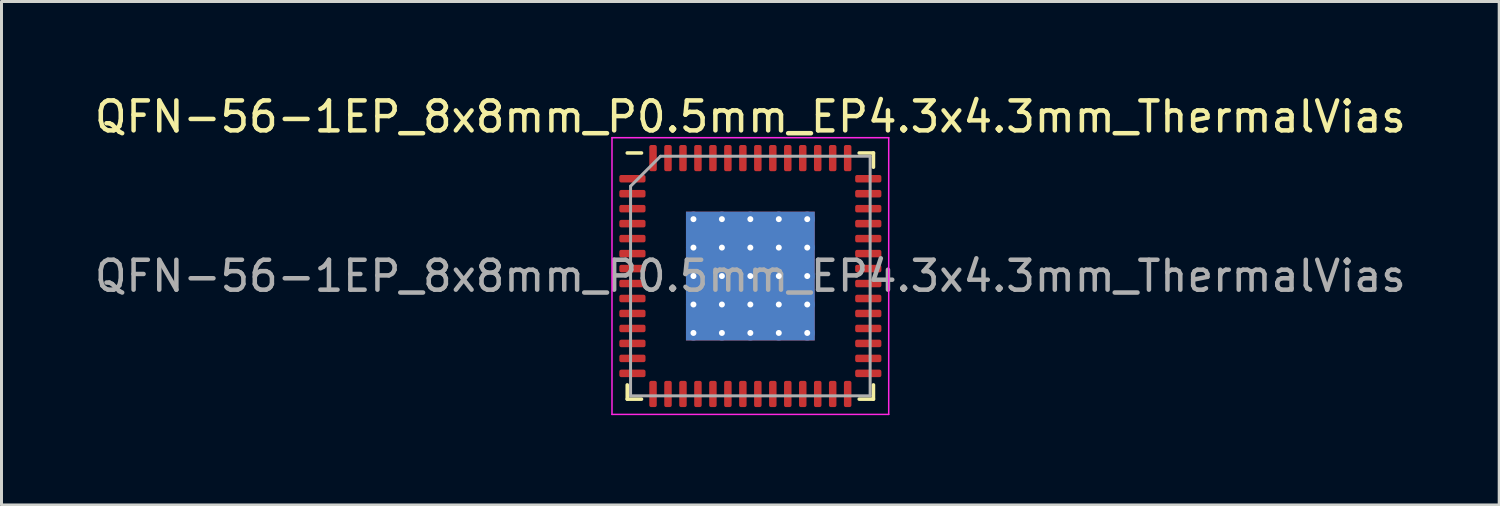
<source format=kicad_pcb>
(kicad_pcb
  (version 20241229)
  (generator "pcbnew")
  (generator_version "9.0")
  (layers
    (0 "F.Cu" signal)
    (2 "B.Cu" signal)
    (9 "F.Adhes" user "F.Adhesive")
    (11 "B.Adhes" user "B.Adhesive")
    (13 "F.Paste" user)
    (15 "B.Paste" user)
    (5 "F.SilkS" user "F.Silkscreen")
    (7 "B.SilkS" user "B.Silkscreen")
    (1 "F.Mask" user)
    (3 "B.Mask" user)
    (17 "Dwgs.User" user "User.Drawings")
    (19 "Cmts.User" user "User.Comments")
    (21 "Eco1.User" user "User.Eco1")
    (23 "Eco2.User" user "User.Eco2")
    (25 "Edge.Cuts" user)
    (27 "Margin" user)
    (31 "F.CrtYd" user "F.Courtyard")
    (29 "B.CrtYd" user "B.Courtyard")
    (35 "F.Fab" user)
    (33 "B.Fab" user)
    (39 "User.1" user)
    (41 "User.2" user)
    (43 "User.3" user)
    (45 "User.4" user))
  (footprint "QFN-56-1EP_8x8mm_P0.5mm_EP4.3x4.3mm_ThermalVias"
    (layer "F.Cu")
    (at 22.006 6.168)
    (property "Reference" "QFN-56-1EP_8x8mm_P0.5mm_EP4.3x4.3mm_ThermalVias" (at 0 -5.32 0) (layer "F.SilkS") (effects (font (size 1 1) (thickness 0.15))))
    (attr smd)
    (fp_line (start -4.11 4.11) (end -4.11 3.635) (stroke (width 0.12) (type solid)) (layer "F.SilkS"))
    (fp_line (start -3.635 -4.11) (end -4.11 -4.11) (stroke (width 0.12) (type solid)) (layer "F.SilkS"))
    (fp_line (start -3.635 4.11) (end -4.11 4.11) (stroke (width 0.12) (type solid)) (layer "F.SilkS"))
    (fp_line (start 3.635 -4.11) (end 4.11 -4.11) (stroke (width 0.12) (type solid)) (layer "F.SilkS"))
    (fp_line (start 3.635 4.11) (end 4.11 4.11) (stroke (width 0.12) (type solid)) (layer "F.SilkS"))
    (fp_line (start 4.11 -4.11) (end 4.11 -3.635) (stroke (width 0.12) (type solid)) (layer "F.SilkS"))
    (fp_line (start 4.11 4.11) (end 4.11 3.635) (stroke (width 0.12) (type solid)) (layer "F.SilkS"))
    (fp_line (start -4.62 -4.62) (end -4.62 4.62) (stroke (width 0.05) (type solid)) (layer "F.CrtYd"))
    (fp_line (start -4.62 4.62) (end 4.62 4.62) (stroke (width 0.05) (type solid)) (layer "F.CrtYd"))
    (fp_line (start 4.62 -4.62) (end -4.62 -4.62) (stroke (width 0.05) (type solid)) (layer "F.CrtYd"))
    (fp_line (start 4.62 4.62) (end 4.62 -4.62) (stroke (width 0.05) (type solid)) (layer "F.CrtYd"))
    (fp_line (start -4 -3) (end -3 -4) (stroke (width 0.1) (type solid)) (layer "F.Fab"))
    (fp_line (start -4 4) (end -4 -3) (stroke (width 0.1) (type solid)) (layer "F.Fab"))
    (fp_line (start -3 -4) (end 4 -4) (stroke (width 0.1) (type solid)) (layer "F.Fab"))
    (fp_line (start 4 -4) (end 4 4) (stroke (width 0.1) (type solid)) (layer "F.Fab"))
    (fp_line (start 4 4) (end -4 4) (stroke (width 0.1) (type solid)) (layer "F.Fab"))
    (fp_text user "${REFERENCE}" (at 0 0 0) (layer "F.Fab") (effects (font (size 1 1) (thickness 0.15))))
    (pad "" smd custom (at -1.425 -1.425) (size 0.716 0.716) (layers "F.Paste") (options (anchor circle)) (primitives (gr_poly (pts (xy -0.299 -0.202) (xy -0.202 -0.299) (xy 0.202 -0.299) (xy 0.299 -0.202) (xy 0.299 0.202) (xy 0.202 0.299) (xy -0.202 0.299) (xy -0.299 0.202)) (width 0.234) (fill yes))))
    (pad "" smd custom (at -1.425 -0.475) (size 0.716 0.716) (layers "F.Paste") (options (anchor circle)) (primitives (gr_poly (pts (xy -0.299 -0.202) (xy -0.202 -0.299) (xy 0.202 -0.299) (xy 0.299 -0.202) (xy 0.299 0.202) (xy 0.202 0.299) (xy -0.202 0.299) (xy -0.299 0.202)) (width 0.234) (fill yes))))
    (pad "" smd custom (at -1.425 0.475) (size 0.716 0.716) (layers "F.Paste") (options (anchor circle)) (primitives (gr_poly (pts (xy -0.299 -0.202) (xy -0.202 -0.299) (xy 0.202 -0.299) (xy 0.299 -0.202) (xy 0.299 0.202) (xy 0.202 0.299) (xy -0.202 0.299) (xy -0.299 0.202)) (width 0.234) (fill yes))))
    (pad "" smd custom (at -1.425 1.425) (size 0.716 0.716) (layers "F.Paste") (options (anchor circle)) (primitives (gr_poly (pts (xy -0.299 -0.202) (xy -0.202 -0.299) (xy 0.202 -0.299) (xy 0.299 -0.202) (xy 0.299 0.202) (xy 0.202 0.299) (xy -0.202 0.299) (xy -0.299 0.202)) (width 0.234) (fill yes))))
    (pad "" smd custom (at -0.475 -1.425) (size 0.716 0.716) (layers "F.Paste") (options (anchor circle)) (primitives (gr_poly (pts (xy -0.299 -0.202) (xy -0.202 -0.299) (xy 0.202 -0.299) (xy 0.299 -0.202) (xy 0.299 0.202) (xy 0.202 0.299) (xy -0.202 0.299) (xy -0.299 0.202)) (width 0.234) (fill yes))))
    (pad "" smd custom (at -0.475 -0.475) (size 0.716 0.716) (layers "F.Paste") (options (anchor circle)) (primitives (gr_poly (pts (xy -0.299 -0.202) (xy -0.202 -0.299) (xy 0.202 -0.299) (xy 0.299 -0.202) (xy 0.299 0.202) (xy 0.202 0.299) (xy -0.202 0.299) (xy -0.299 0.202)) (width 0.234) (fill yes))))
    (pad "" smd custom (at -0.475 0.475) (size 0.716 0.716) (layers "F.Paste") (options (anchor circle)) (primitives (gr_poly (pts (xy -0.299 -0.202) (xy -0.202 -0.299) (xy 0.202 -0.299) (xy 0.299 -0.202) (xy 0.299 0.202) (xy 0.202 0.299) (xy -0.202 0.299) (xy -0.299 0.202)) (width 0.234) (fill yes))))
    (pad "" smd custom (at -0.475 1.425) (size 0.716 0.716) (layers "F.Paste") (options (anchor circle)) (primitives (gr_poly (pts (xy -0.299 -0.202) (xy -0.202 -0.299) (xy 0.202 -0.299) (xy 0.299 -0.202) (xy 0.299 0.202) (xy 0.202 0.299) (xy -0.202 0.299) (xy -0.299 0.202)) (width 0.234) (fill yes))))
    (pad "" smd custom (at 0.475 -1.425) (size 0.716 0.716) (layers "F.Paste") (options (anchor circle)) (primitives (gr_poly (pts (xy -0.299 -0.202) (xy -0.202 -0.299) (xy 0.202 -0.299) (xy 0.299 -0.202) (xy 0.299 0.202) (xy 0.202 0.299) (xy -0.202 0.299) (xy -0.299 0.202)) (width 0.234) (fill yes))))
    (pad "" smd custom (at 0.475 -0.475) (size 0.716 0.716) (layers "F.Paste") (options (anchor circle)) (primitives (gr_poly (pts (xy -0.299 -0.202) (xy -0.202 -0.299) (xy 0.202 -0.299) (xy 0.299 -0.202) (xy 0.299 0.202) (xy 0.202 0.299) (xy -0.202 0.299) (xy -0.299 0.202)) (width 0.234) (fill yes))))
    (pad "" smd custom (at 0.475 0.475) (size 0.716 0.716) (layers "F.Paste") (options (anchor circle)) (primitives (gr_poly (pts (xy -0.299 -0.202) (xy -0.202 -0.299) (xy 0.202 -0.299) (xy 0.299 -0.202) (xy 0.299 0.202) (xy 0.202 0.299) (xy -0.202 0.299) (xy -0.299 0.202)) (width 0.234) (fill yes))))
    (pad "" smd custom (at 0.475 1.425) (size 0.716 0.716) (layers "F.Paste") (options (anchor circle)) (primitives (gr_poly (pts (xy -0.299 -0.202) (xy -0.202 -0.299) (xy 0.202 -0.299) (xy 0.299 -0.202) (xy 0.299 0.202) (xy 0.202 0.299) (xy -0.202 0.299) (xy -0.299 0.202)) (width 0.234) (fill yes))))
    (pad "" smd custom (at 1.425 -1.425) (size 0.716 0.716) (layers "F.Paste") (options (anchor circle)) (primitives (gr_poly (pts (xy -0.299 -0.202) (xy -0.202 -0.299) (xy 0.202 -0.299) (xy 0.299 -0.202) (xy 0.299 0.202) (xy 0.202 0.299) (xy -0.202 0.299) (xy -0.299 0.202)) (width 0.234) (fill yes))))
    (pad "" smd custom (at 1.425 -0.475) (size 0.716 0.716) (layers "F.Paste") (options (anchor circle)) (primitives (gr_poly (pts (xy -0.299 -0.202) (xy -0.202 -0.299) (xy 0.202 -0.299) (xy 0.299 -0.202) (xy 0.299 0.202) (xy 0.202 0.299) (xy -0.202 0.299) (xy -0.299 0.202)) (width 0.234) (fill yes))))
    (pad "" smd custom (at 1.425 0.475) (size 0.716 0.716) (layers "F.Paste") (options (anchor circle)) (primitives (gr_poly (pts (xy -0.299 -0.202) (xy -0.202 -0.299) (xy 0.202 -0.299) (xy 0.299 -0.202) (xy 0.299 0.202) (xy 0.202 0.299) (xy -0.202 0.299) (xy -0.299 0.202)) (width 0.234) (fill yes))))
    (pad "" smd custom (at 1.425 1.425) (size 0.716 0.716) (layers "F.Paste") (options (anchor circle)) (primitives (gr_poly (pts (xy -0.299 -0.202) (xy -0.202 -0.299) (xy 0.202 -0.299) (xy 0.299 -0.202) (xy 0.299 0.202) (xy 0.202 0.299) (xy -0.202 0.299) (xy -0.299 0.202)) (width 0.234) (fill yes))))
    (pad "1" smd roundrect (at -3.938 -3.25) (size 0.875 0.25) (layers "F.Cu" "F.Mask" "F.Paste") (roundrect_rratio 0.25))
    (pad "2" smd roundrect (at -3.938 -2.75) (size 0.875 0.25) (layers "F.Cu" "F.Mask" "F.Paste") (roundrect_rratio 0.25))
    (pad "3" smd roundrect (at -3.938 -2.25) (size 0.875 0.25) (layers "F.Cu" "F.Mask" "F.Paste") (roundrect_rratio 0.25))
    (pad "4" smd roundrect (at -3.938 -1.75) (size 0.875 0.25) (layers "F.Cu" "F.Mask" "F.Paste") (roundrect_rratio 0.25))
    (pad "5" smd roundrect (at -3.938 -1.25) (size 0.875 0.25) (layers "F.Cu" "F.Mask" "F.Paste") (roundrect_rratio 0.25))
    (pad "6" smd roundrect (at -3.938 -0.75) (size 0.875 0.25) (layers "F.Cu" "F.Mask" "F.Paste") (roundrect_rratio 0.25))
    (pad "7" smd roundrect (at -3.938 -0.25) (size 0.875 0.25) (layers "F.Cu" "F.Mask" "F.Paste") (roundrect_rratio 0.25))
    (pad "8" smd roundrect (at -3.938 0.25) (size 0.875 0.25) (layers "F.Cu" "F.Mask" "F.Paste") (roundrect_rratio 0.25))
    (pad "9" smd roundrect (at -3.938 0.75) (size 0.875 0.25) (layers "F.Cu" "F.Mask" "F.Paste") (roundrect_rratio 0.25))
    (pad "10" smd roundrect (at -3.938 1.25) (size 0.875 0.25) (layers "F.Cu" "F.Mask" "F.Paste") (roundrect_rratio 0.25))
    (pad "11" smd roundrect (at -3.938 1.75) (size 0.875 0.25) (layers "F.Cu" "F.Mask" "F.Paste") (roundrect_rratio 0.25))
    (pad "12" smd roundrect (at -3.938 2.25) (size 0.875 0.25) (layers "F.Cu" "F.Mask" "F.Paste") (roundrect_rratio 0.25))
    (pad "13" smd roundrect (at -3.938 2.75) (size 0.875 0.25) (layers "F.Cu" "F.Mask" "F.Paste") (roundrect_rratio 0.25))
    (pad "14" smd roundrect (at -3.938 3.25) (size 0.875 0.25) (layers "F.Cu" "F.Mask" "F.Paste") (roundrect_rratio 0.25))
    (pad "15" smd roundrect (at -3.25 3.938) (size 0.25 0.875) (layers "F.Cu" "F.Mask" "F.Paste") (roundrect_rratio 0.25))
    (pad "16" smd roundrect (at -2.75 3.938) (size 0.25 0.875) (layers "F.Cu" "F.Mask" "F.Paste") (roundrect_rratio 0.25))
    (pad "17" smd roundrect (at -2.25 3.938) (size 0.25 0.875) (layers "F.Cu" "F.Mask" "F.Paste") (roundrect_rratio 0.25))
    (pad "18" smd roundrect (at -1.75 3.938) (size 0.25 0.875) (layers "F.Cu" "F.Mask" "F.Paste") (roundrect_rratio 0.25))
    (pad "19" smd roundrect (at -1.25 3.938) (size 0.25 0.875) (layers "F.Cu" "F.Mask" "F.Paste") (roundrect_rratio 0.25))
    (pad "20" smd roundrect (at -0.75 3.938) (size 0.25 0.875) (layers "F.Cu" "F.Mask" "F.Paste") (roundrect_rratio 0.25))
    (pad "21" smd roundrect (at -0.25 3.938) (size 0.25 0.875) (layers "F.Cu" "F.Mask" "F.Paste") (roundrect_rratio 0.25))
    (pad "22" smd roundrect (at 0.25 3.938) (size 0.25 0.875) (layers "F.Cu" "F.Mask" "F.Paste") (roundrect_rratio 0.25))
    (pad "23" smd roundrect (at 0.75 3.938) (size 0.25 0.875) (layers "F.Cu" "F.Mask" "F.Paste") (roundrect_rratio 0.25))
    (pad "24" smd roundrect (at 1.25 3.938) (size 0.25 0.875) (layers "F.Cu" "F.Mask" "F.Paste") (roundrect_rratio 0.25))
    (pad "25" smd roundrect (at 1.75 3.938) (size 0.25 0.875) (layers "F.Cu" "F.Mask" "F.Paste") (roundrect_rratio 0.25))
    (pad "26" smd roundrect (at 2.25 3.938) (size 0.25 0.875) (layers "F.Cu" "F.Mask" "F.Paste") (roundrect_rratio 0.25))
    (pad "27" smd roundrect (at 2.75 3.938) (size 0.25 0.875) (layers "F.Cu" "F.Mask" "F.Paste") (roundrect_rratio 0.25))
    (pad "28" smd roundrect (at 3.25 3.938) (size 0.25 0.875) (layers "F.Cu" "F.Mask" "F.Paste") (roundrect_rratio 0.25))
    (pad "29" smd roundrect (at 3.938 3.25) (size 0.875 0.25) (layers "F.Cu" "F.Mask" "F.Paste") (roundrect_rratio 0.25))
    (pad "30" smd roundrect (at 3.938 2.75) (size 0.875 0.25) (layers "F.Cu" "F.Mask" "F.Paste") (roundrect_rratio 0.25))
    (pad "31" smd roundrect (at 3.938 2.25) (size 0.875 0.25) (layers "F.Cu" "F.Mask" "F.Paste") (roundrect_rratio 0.25))
    (pad "32" smd roundrect (at 3.938 1.75) (size 0.875 0.25) (layers "F.Cu" "F.Mask" "F.Paste") (roundrect_rratio 0.25))
    (pad "33" smd roundrect (at 3.938 1.25) (size 0.875 0.25) (layers "F.Cu" "F.Mask" "F.Paste") (roundrect_rratio 0.25))
    (pad "34" smd roundrect (at 3.938 0.75) (size 0.875 0.25) (layers "F.Cu" "F.Mask" "F.Paste") (roundrect_rratio 0.25))
    (pad "35" smd roundrect (at 3.938 0.25) (size 0.875 0.25) (layers "F.Cu" "F.Mask" "F.Paste") (roundrect_rratio 0.25))
    (pad "36" smd roundrect (at 3.938 -0.25) (size 0.875 0.25) (layers "F.Cu" "F.Mask" "F.Paste") (roundrect_rratio 0.25))
    (pad "37" smd roundrect (at 3.938 -0.75) (size 0.875 0.25) (layers "F.Cu" "F.Mask" "F.Paste") (roundrect_rratio 0.25))
    (pad "38" smd roundrect (at 3.938 -1.25) (size 0.875 0.25) (layers "F.Cu" "F.Mask" "F.Paste") (roundrect_rratio 0.25))
    (pad "39" smd roundrect (at 3.938 -1.75) (size 0.875 0.25) (layers "F.Cu" "F.Mask" "F.Paste") (roundrect_rratio 0.25))
    (pad "40" smd roundrect (at 3.938 -2.25) (size 0.875 0.25) (layers "F.Cu" "F.Mask" "F.Paste") (roundrect_rratio 0.25))
    (pad "41" smd roundrect (at 3.938 -2.75) (size 0.875 0.25) (layers "F.Cu" "F.Mask" "F.Paste") (roundrect_rratio 0.25))
    (pad "42" smd roundrect (at 3.938 -3.25) (size 0.875 0.25) (layers "F.Cu" "F.Mask" "F.Paste") (roundrect_rratio 0.25))
    (pad "43" smd roundrect (at 3.25 -3.938) (size 0.25 0.875) (layers "F.Cu" "F.Mask" "F.Paste") (roundrect_rratio 0.25))
    (pad "44" smd roundrect (at 2.75 -3.938) (size 0.25 0.875) (layers "F.Cu" "F.Mask" "F.Paste") (roundrect_rratio 0.25))
    (pad "45" smd roundrect (at 2.25 -3.938) (size 0.25 0.875) (layers "F.Cu" "F.Mask" "F.Paste") (roundrect_rratio 0.25))
    (pad "46" smd roundrect (at 1.75 -3.938) (size 0.25 0.875) (layers "F.Cu" "F.Mask" "F.Paste") (roundrect_rratio 0.25))
    (pad "47" smd roundrect (at 1.25 -3.938) (size 0.25 0.875) (layers "F.Cu" "F.Mask" "F.Paste") (roundrect_rratio 0.25))
    (pad "48" smd roundrect (at 0.75 -3.938) (size 0.25 0.875) (layers "F.Cu" "F.Mask" "F.Paste") (roundrect_rratio 0.25))
    (pad "49" smd roundrect (at 0.25 -3.938) (size 0.25 0.875) (layers "F.Cu" "F.Mask" "F.Paste") (roundrect_rratio 0.25))
    (pad "50" smd roundrect (at -0.25 -3.938) (size 0.25 0.875) (layers "F.Cu" "F.Mask" "F.Paste") (roundrect_rratio 0.25))
    (pad "51" smd roundrect (at -0.75 -3.938) (size 0.25 0.875) (layers "F.Cu" "F.Mask" "F.Paste") (roundrect_rratio 0.25))
    (pad "52" smd roundrect (at -1.25 -3.938) (size 0.25 0.875) (layers "F.Cu" "F.Mask" "F.Paste") (roundrect_rratio 0.25))
    (pad "53" smd roundrect (at -1.75 -3.938) (size 0.25 0.875) (layers "F.Cu" "F.Mask" "F.Paste") (roundrect_rratio 0.25))
    (pad "54" smd roundrect (at -2.25 -3.938) (size 0.25 0.875) (layers "F.Cu" "F.Mask" "F.Paste") (roundrect_rratio 0.25))
    (pad "55" smd roundrect (at -2.75 -3.938) (size 0.25 0.875) (layers "F.Cu" "F.Mask" "F.Paste") (roundrect_rratio 0.25))
    (pad "56" smd roundrect (at -3.25 -3.938) (size 0.25 0.875) (layers "F.Cu" "F.Mask" "F.Paste") (roundrect_rratio 0.25))
    (pad "57" thru_hole circle (at -1.9 -1.9) (size 0.5 0.5) (drill 0.2) (layers "*.Cu"))
    (pad "57" thru_hole circle (at -1.9 -0.95) (size 0.5 0.5) (drill 0.2) (layers "*.Cu"))
    (pad "57" thru_hole circle (at -1.9 0) (size 0.5 0.5) (drill 0.2) (layers "*.Cu"))
    (pad "57" thru_hole circle (at -1.9 0.95) (size 0.5 0.5) (drill 0.2) (layers "*.Cu"))
    (pad "57" thru_hole circle (at -1.9 1.9) (size 0.5 0.5) (drill 0.2) (layers "*.Cu"))
    (pad "57" thru_hole circle (at -0.95 -1.9) (size 0.5 0.5) (drill 0.2) (layers "*.Cu"))
    (pad "57" thru_hole circle (at -0.95 -0.95) (size 0.5 0.5) (drill 0.2) (layers "*.Cu"))
    (pad "57" thru_hole circle (at -0.95 0) (size 0.5 0.5) (drill 0.2) (layers "*.Cu"))
    (pad "57" thru_hole circle (at -0.95 0.95) (size 0.5 0.5) (drill 0.2) (layers "*.Cu"))
    (pad "57" thru_hole circle (at -0.95 1.9) (size 0.5 0.5) (drill 0.2) (layers "*.Cu"))
    (pad "57" thru_hole circle (at 0 -1.9) (size 0.5 0.5) (drill 0.2) (layers "*.Cu"))
    (pad "57" thru_hole circle (at 0 -0.95) (size 0.5 0.5) (drill 0.2) (layers "*.Cu"))
    (pad "57" thru_hole circle (at 0 0) (size 0.5 0.5) (drill 0.2) (layers "*.Cu"))
    (pad "57" smd rect (at 0 0) (size 4.3 4.3) (layers "F.Cu" "F.Mask"))
    (pad "57" smd rect (at 0 0) (size 4.3 4.3) (layers "B.Cu"))
    (pad "57" thru_hole circle (at 0 0.95) (size 0.5 0.5) (drill 0.2) (layers "*.Cu"))
    (pad "57" thru_hole circle (at 0 1.9) (size 0.5 0.5) (drill 0.2) (layers "*.Cu"))
    (pad "57" thru_hole circle (at 0.95 -1.9) (size 0.5 0.5) (drill 0.2) (layers "*.Cu"))
    (pad "57" thru_hole circle (at 0.95 -0.95) (size 0.5 0.5) (drill 0.2) (layers "*.Cu"))
    (pad "57" thru_hole circle (at 0.95 0) (size 0.5 0.5) (drill 0.2) (layers "*.Cu"))
    (pad "57" thru_hole circle (at 0.95 0.95) (size 0.5 0.5) (drill 0.2) (layers "*.Cu"))
    (pad "57" thru_hole circle (at 0.95 1.9) (size 0.5 0.5) (drill 0.2) (layers "*.Cu"))
    (pad "57" thru_hole circle (at 1.9 -1.9) (size 0.5 0.5) (drill 0.2) (layers "*.Cu"))
    (pad "57" thru_hole circle (at 1.9 -0.95) (size 0.5 0.5) (drill 0.2) (layers "*.Cu"))
    (pad "57" thru_hole circle (at 1.9 0) (size 0.5 0.5) (drill 0.2) (layers "*.Cu"))
    (pad "57" thru_hole circle (at 1.9 0.95) (size 0.5 0.5) (drill 0.2) (layers "*.Cu"))
    (pad "57" thru_hole circle (at 1.9 1.9) (size 0.5 0.5) (drill 0.2) (layers "*.Cu")))
  (gr_rect
    (start -3 -3)
    (end 47.012 13.813)
    (stroke (width 0.1) (type default))
    (fill no)
    (layer "Edge.Cuts")))
</source>
